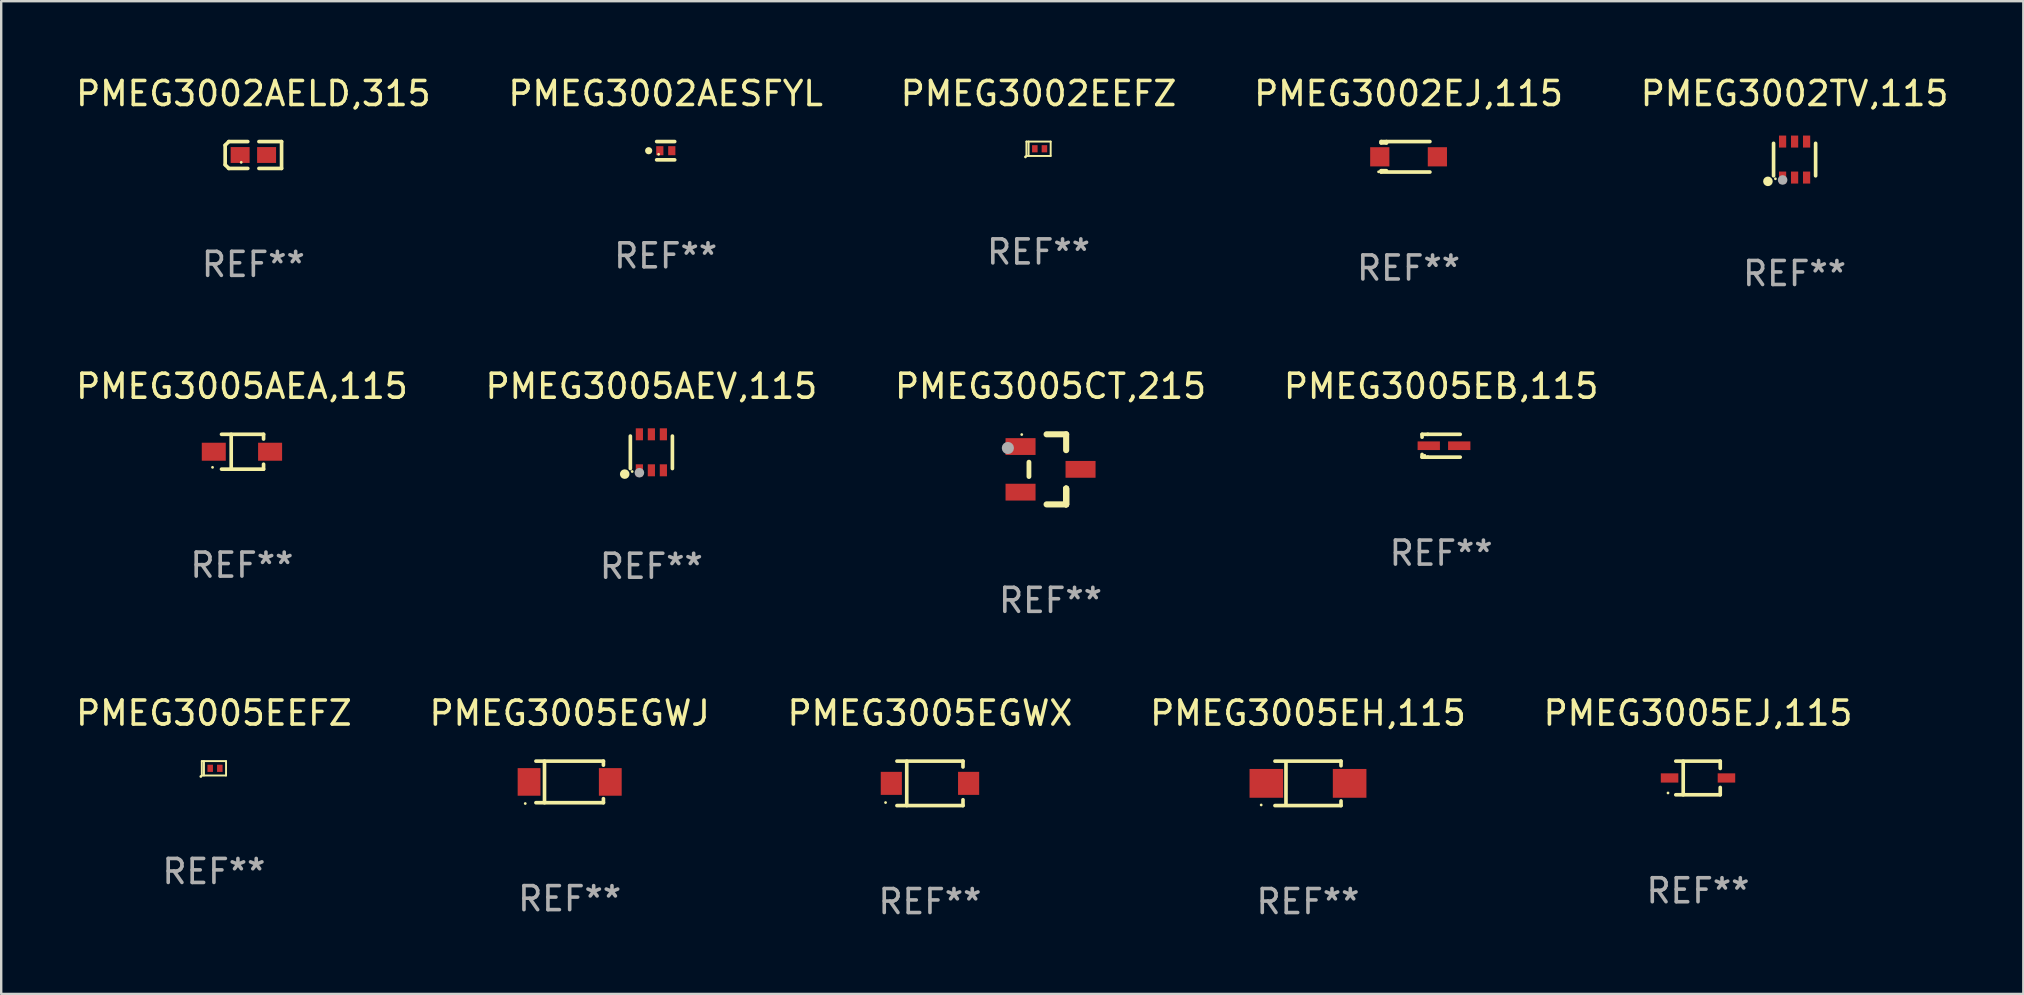
<source format=kicad_pcb>
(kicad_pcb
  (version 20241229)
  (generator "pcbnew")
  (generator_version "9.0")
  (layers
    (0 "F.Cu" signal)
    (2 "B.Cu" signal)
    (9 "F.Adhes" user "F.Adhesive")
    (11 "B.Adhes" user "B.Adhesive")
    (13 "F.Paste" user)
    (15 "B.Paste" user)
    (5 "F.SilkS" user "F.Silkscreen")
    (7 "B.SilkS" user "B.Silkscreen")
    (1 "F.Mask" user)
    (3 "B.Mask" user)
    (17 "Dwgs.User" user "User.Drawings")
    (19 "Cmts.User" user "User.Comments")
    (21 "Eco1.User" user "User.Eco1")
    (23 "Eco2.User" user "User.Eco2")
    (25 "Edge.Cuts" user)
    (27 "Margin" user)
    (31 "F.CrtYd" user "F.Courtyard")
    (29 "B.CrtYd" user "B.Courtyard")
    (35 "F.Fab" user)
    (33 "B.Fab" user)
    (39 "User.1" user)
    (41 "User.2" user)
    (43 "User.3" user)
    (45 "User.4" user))
  (footprint "PMEG3002EJ,115"
    (layer "F.Cu")
    (at 55.637 3.483)
    (property "Reference" "PMEG3002EJ,115" (at 0 -2.635 0) (layer "F.SilkS") (effects (font (size 1 1) (thickness 0.15))))
    (attr through_hole)
    (fp_line (start -1.143 -0.635) (end -1.143 -0.58) (stroke (width 0.152) (type solid)) (layer "F.SilkS"))
    (fp_line (start -1.143 -0.58) (end -0.922 -0.58) (stroke (width 0.152) (type solid)) (layer "F.SilkS"))
    (fp_line (start -1.143 0.58) (end -1.143 0.635) (stroke (width 0.152) (type solid)) (layer "F.SilkS"))
    (fp_line (start -1.143 0.58) (end -0.922 0.58) (stroke (width 0.152) (type solid)) (layer "F.SilkS"))
    (fp_line (start -1.143 0.635) (end 0.889 0.635) (stroke (width 0.152) (type solid)) (layer "F.SilkS"))
    (fp_line (start -0.922 -0.58) (end -0.922 -0.635) (stroke (width 0.152) (type solid)) (layer "F.SilkS"))
    (fp_line (start 0.889 -0.635) (end -1.143 -0.635) (stroke (width 0.152) (type solid)) (layer "F.SilkS"))
    (fp_circle (center -1.25 0.625) (end -1.22 0.625) (stroke (width 0.06) (type solid)) (fill no) (layer "F.SilkS"))
    (fp_text user "REF**" (at 0 4.635 0) (layer "F.Fab") (effects (font (size 1 1) (thickness 0.15))))
    (pad "1" smd rect (at -1.2 0) (size 0.8 0.8) (layers "F.Cu" "F.Mask" "F.Paste"))
    (pad "2" smd rect (at 1.2 0) (size 0.8 0.8) (layers "F.Cu" "F.Mask" "F.Paste")))
  (footprint "PMEG3005EEFZ"
    (layer "F.Cu")
    (at 5.863 28.961)
    (property "Reference" "PMEG3005EEFZ" (at 0 -2.3 0) (layer "F.SilkS") (effects (font (size 1 1) (thickness 0.15))))
    (attr through_hole)
    (fp_line (start -0.505 -0.3) (end -0.505 0.3) (stroke (width 0.08) (type solid)) (layer "F.SilkS"))
    (fp_line (start -0.505 -0.3) (end 0.505 -0.3) (stroke (width 0.08) (type solid)) (layer "F.SilkS"))
    (fp_line (start -0.505 0.3) (end 0.505 0.3) (stroke (width 0.08) (type solid)) (layer "F.SilkS"))
    (fp_line (start -0.415 -0.3) (end -0.415 0.3) (stroke (width 0.08) (type solid)) (layer "F.SilkS"))
    (fp_line (start 0.505 -0.3) (end 0.505 0.3) (stroke (width 0.08) (type solid)) (layer "F.SilkS"))
    (fp_circle (center -0.545 0.34) (end -0.515 0.34) (stroke (width 0.06) (type solid)) (fill no) (layer "F.SilkS"))
    (fp_text user "REF**" (at 0 4.3 0) (layer "F.Fab") (effects (font (size 1 1) (thickness 0.15))))
    (pad "1" smd rect (at -0.155 0 180) (size 0.23 0.3) (layers "F.Cu" "F.Mask" "F.Paste"))
    (pad "2" smd rect (at 0.245 0 180) (size 0.23 0.3) (layers "F.Cu" "F.Mask" "F.Paste")))
  (footprint "PMEG3005EJ,115"
    (layer "F.Cu")
    (at 67.696 29.363)
    (property "Reference" "PMEG3005EJ,115" (at 0 -2.701 0) (layer "F.SilkS") (effects (font (size 1 1) (thickness 0.15))))
    (attr through_hole)
    (fp_line (start -0.926 -0.701) (end 0.926 -0.701) (stroke (width 0.152) (type solid)) (layer "F.SilkS"))
    (fp_line (start -0.926 0.701) (end 0.926 0.701) (stroke (width 0.152) (type solid)) (layer "F.SilkS"))
    (fp_line (start -0.617 -0.701) (end -0.617 0.701) (stroke (width 0.152) (type solid)) (layer "F.SilkS"))
    (fp_line (start 0.926 -0.701) (end 0.926 -0.396) (stroke (width 0.152) (type solid)) (layer "F.SilkS"))
    (fp_line (start 0.926 0.701) (end 0.926 0.396) (stroke (width 0.152) (type solid)) (layer "F.SilkS"))
    (fp_circle (center -1.25 0.625) (end -1.22 0.625) (stroke (width 0.06) (type solid)) (fill no) (layer "F.SilkS"))
    (fp_text user "REF**" (at 0 4.701 0) (layer "F.Fab") (effects (font (size 1 1) (thickness 0.15))))
    (pad "1" smd rect (at -1.185 0 180) (size 0.73 0.385) (layers "F.Cu" "F.Mask" "F.Paste"))
    (pad "2" smd rect (at 1.185 0 180) (size 0.73 0.385) (layers "F.Cu" "F.Mask" "F.Paste")))
  (footprint "PMEG3002EEFZ"
    (layer "F.Cu")
    (at 40.22 3.148)
    (property "Reference" "PMEG3002EEFZ" (at 0 -2.3 0) (layer "F.SilkS") (effects (font (size 1 1) (thickness 0.15))))
    (attr through_hole)
    (fp_line (start -0.505 -0.3) (end -0.505 0.3) (stroke (width 0.08) (type solid)) (layer "F.SilkS"))
    (fp_line (start -0.505 -0.3) (end 0.505 -0.3) (stroke (width 0.08) (type solid)) (layer "F.SilkS"))
    (fp_line (start -0.505 0.3) (end 0.505 0.3) (stroke (width 0.08) (type solid)) (layer "F.SilkS"))
    (fp_line (start -0.415 -0.3) (end -0.415 0.3) (stroke (width 0.08) (type solid)) (layer "F.SilkS"))
    (fp_line (start 0.505 -0.3) (end 0.505 0.3) (stroke (width 0.08) (type solid)) (layer "F.SilkS"))
    (fp_circle (center -0.545 0.34) (end -0.515 0.34) (stroke (width 0.06) (type solid)) (fill no) (layer "F.SilkS"))
    (fp_text user "REF**" (at 0 4.3 0) (layer "F.Fab") (effects (font (size 1 1) (thickness 0.15))))
    (pad "1" smd rect (at -0.155 0 180) (size 0.23 0.3) (layers "F.Cu" "F.Mask" "F.Paste"))
    (pad "2" smd rect (at 0.245 0 180) (size 0.23 0.3) (layers "F.Cu" "F.Mask" "F.Paste")))
  (footprint "PMEG3002AESFYL"
    (layer "F.Cu")
    (at 24.685 3.229)
    (property "Reference" "PMEG3002AESFYL" (at 0 -2.381 0) (layer "F.SilkS") (effects (font (size 1 1) (thickness 0.15))))
    (attr through_hole)
    (fp_line (start -0.376 -0.381) (end 0.376 -0.381) (stroke (width 0.152) (type solid)) (layer "F.SilkS"))
    (fp_line (start -0.376 0.381) (end 0.376 0.381) (stroke (width 0.152) (type solid)) (layer "F.SilkS"))
    (fp_circle (center -0.709 0) (end -0.634 0) (stroke (width 0.15) (type solid)) (fill no) (layer "F.SilkS"))
    (fp_circle (center -0.295 0.15) (end -0.265 0.15) (stroke (width 0.06) (type solid)) (fill no) (layer "F.SilkS"))
    (fp_text user "REF**" (at 0 4.381 0) (layer "F.Fab") (effects (font (size 1 1) (thickness 0.15))))
    (pad "1" smd rect (at -0.245 0) (size 0.3 0.378) (layers "F.Cu" "F.Mask" "F.Paste"))
    (pad "2" smd rect (at 0.254 0) (size 0.3 0.378) (layers "F.Cu" "F.Mask" "F.Paste")))
  (footprint "PMEG3005CT,215"
    (layer "F.Cu")
    (at 40.72 16.505)
    (property "Reference" "PMEG3005CT,215" (at 0 -3.46 0) (layer "F.SilkS") (effects (font (size 1 1) (thickness 0.15))))
    (attr through_hole)
    (fp_line (start -0.9 -0.3) (end -0.9 0.3) (stroke (width 0.2) (type solid)) (layer "F.SilkS"))
    (fp_line (start -0.165 -1.46) (end 0.65 -1.46) (stroke (width 0.254) (type solid)) (layer "F.SilkS"))
    (fp_line (start 0.65 -1.46) (end 0.65 -0.8) (stroke (width 0.254) (type solid)) (layer "F.SilkS"))
    (fp_line (start 0.65 0.8) (end 0.65 1.46) (stroke (width 0.254) (type solid)) (layer "F.SilkS"))
    (fp_line (start 0.65 0.8) (end 0.65 1.46) (stroke (width 0.254) (type solid)) (layer "F.SilkS"))
    (fp_line (start 0.65 1.46) (end -0.165 1.46) (stroke (width 0.254) (type solid)) (layer "F.SilkS"))
    (fp_line (start 0.65 1.46) (end 0.65 0.8) (stroke (width 0.254) (type solid)) (layer "F.SilkS"))
    (fp_circle (center -1.2 -1.45) (end -1.17 -1.45) (stroke (width 0.06) (type solid)) (fill no) (layer "F.SilkS"))
    (fp_circle (center -1.778 -0.889) (end -1.651 -0.889) (stroke (width 0.254) (type solid)) (fill no) (layer "F.Fab"))
    (fp_text user "REF**" (at 0 5.46 0) (layer "F.Fab") (effects (font (size 1 1) (thickness 0.15))))
    (pad "1" smd rect (at -1.25 -0.95 90) (size 0.7 1.25) (layers "F.Cu" "F.Mask" "F.Paste"))
    (pad "2" smd rect (at -1.25 0.95 90) (size 0.7 1.25) (layers "F.Cu" "F.Mask" "F.Paste"))
    (pad "3" smd rect (at 1.25 -0.000051 90) (size 0.7 1.25) (layers "F.Cu" "F.Mask" "F.Paste")))
  (footprint "PMEG3005AEV,115"
    (layer "F.Cu")
    (at 24.089 15.795)
    (property "Reference" "PMEG3005AEV,115" (at 0 -2.75 0) (layer "F.SilkS") (effects (font (size 1 1) (thickness 0.15))))
    (attr through_hole)
    (fp_line (start -0.876 0.676) (end -0.876 -0.676) (stroke (width 0.152) (type solid)) (layer "F.SilkS"))
    (fp_line (start 0.876 0.676) (end 0.876 -0.676) (stroke (width 0.152) (type solid)) (layer "F.SilkS"))
    (fp_circle (center -1.111 0.908) (end -1.011 0.908) (stroke (width 0.2) (type solid)) (fill no) (layer "F.SilkS"))
    (fp_circle (center -0.8 0.8) (end -0.77 0.8) (stroke (width 0.06) (type solid)) (fill no) (layer "F.SilkS"))
    (fp_circle (center -0.499 0.85) (end -0.399 0.85) (stroke (width 0.2) (type solid)) (fill no) (layer "F.Fab"))
    (fp_text user "REF**" (at 0 4.75 0) (layer "F.Fab") (effects (font (size 1 1) (thickness 0.15))))
    (pad "1" smd rect (at -0.5 0.75) (size 0.3 0.5) (layers "F.Cu" "F.Mask" "F.Paste"))
    (pad "2" smd rect (at 0 0.75) (size 0.3 0.5) (layers "F.Cu" "F.Mask" "F.Paste"))
    (pad "3" smd rect (at 0.5 0.75) (size 0.3 0.5) (layers "F.Cu" "F.Mask" "F.Paste"))
    (pad "4" smd rect (at 0.5 -0.75) (size 0.3 0.5) (layers "F.Cu" "F.Mask" "F.Paste"))
    (pad "5" smd rect (at 0 -0.75) (size 0.3 0.5) (layers "F.Cu" "F.Mask" "F.Paste"))
    (pad "6" smd rect (at -0.5 -0.75) (size 0.3 0.5) (layers "F.Cu" "F.Mask" "F.Paste")))
  (footprint "PMEG3002AELD,315"
    (layer "F.Cu")
    (at 7.506 3.408)
    (property "Reference" "PMEG3002AELD,315" (at 0 -2.559 0) (layer "F.SilkS") (effects (font (size 1 1) (thickness 0.15))))
    (attr through_hole)
    (fp_line (start -1.175 -0.407) (end -1.023 -0.559) (stroke (width 0.152) (type solid)) (layer "F.SilkS"))
    (fp_line (start -1.175 0.407) (end -1.175 -0.407) (stroke (width 0.152) (type solid)) (layer "F.SilkS"))
    (fp_line (start -1.023 -0.559) (end -0.232 -0.559) (stroke (width 0.152) (type solid)) (layer "F.SilkS"))
    (fp_line (start -1.023 0.559) (end -1.175 0.407) (stroke (width 0.152) (type solid)) (layer "F.SilkS"))
    (fp_line (start -0.232 0.559) (end -1.023 0.559) (stroke (width 0.152) (type solid)) (layer "F.SilkS"))
    (fp_line (start 0.232 0.559) (end 1.175 0.559) (stroke (width 0.152) (type solid)) (layer "F.SilkS"))
    (fp_line (start 1.175 -0.559) (end 0.232 -0.559) (stroke (width 0.152) (type solid)) (layer "F.SilkS"))
    (fp_line (start 1.175 0.559) (end 1.175 -0.559) (stroke (width 0.152) (type solid)) (layer "F.SilkS"))
    (fp_circle (center -0.506 0.306) (end -0.476 0.306) (stroke (width 0.06) (type solid)) (fill no) (layer "F.SilkS"))
    (fp_text user "REF**" (at 0 4.559 0) (layer "F.Fab") (effects (font (size 1 1) (thickness 0.15))))
    (pad "1" smd rect (at -0.551 0) (size 0.79 0.661) (layers "F.Cu" "F.Mask" "F.Paste"))
    (pad "2" smd rect (at 0.551 0) (size 0.79 0.661) (layers "F.Cu" "F.Mask" "F.Paste")))
  (footprint "PMEG3002TV,115"
    (layer "F.Cu")
    (at 71.72 3.598)
    (property "Reference" "PMEG3002TV,115" (at 0 -2.75 0) (layer "F.SilkS") (effects (font (size 1 1) (thickness 0.15))))
    (attr through_hole)
    (fp_line (start -0.876 0.676) (end -0.876 -0.676) (stroke (width 0.152) (type solid)) (layer "F.SilkS"))
    (fp_line (start 0.876 0.676) (end 0.876 -0.676) (stroke (width 0.152) (type solid)) (layer "F.SilkS"))
    (fp_circle (center -1.111 0.908) (end -1.011 0.908) (stroke (width 0.2) (type solid)) (fill no) (layer "F.SilkS"))
    (fp_circle (center -0.8 0.8) (end -0.77 0.8) (stroke (width 0.06) (type solid)) (fill no) (layer "F.SilkS"))
    (fp_circle (center -0.499 0.85) (end -0.399 0.85) (stroke (width 0.2) (type solid)) (fill no) (layer "F.Fab"))
    (fp_text user "REF**" (at 0 4.75 0) (layer "F.Fab") (effects (font (size 1 1) (thickness 0.15))))
    (pad "1" smd rect (at -0.5 0.75) (size 0.3 0.5) (layers "F.Cu" "F.Mask" "F.Paste"))
    (pad "2" smd rect (at 0 0.75) (size 0.3 0.5) (layers "F.Cu" "F.Mask" "F.Paste"))
    (pad "3" smd rect (at 0.5 0.75) (size 0.3 0.5) (layers "F.Cu" "F.Mask" "F.Paste"))
    (pad "4" smd rect (at 0.5 -0.75) (size 0.3 0.5) (layers "F.Cu" "F.Mask" "F.Paste"))
    (pad "5" smd rect (at 0 -0.75) (size 0.3 0.5) (layers "F.Cu" "F.Mask" "F.Paste"))
    (pad "6" smd rect (at -0.5 -0.75) (size 0.3 0.5) (layers "F.Cu" "F.Mask" "F.Paste")))
  (footprint "PMEG3005EB,115"
    (layer "F.Cu")
    (at 56.994 15.521)
    (property "Reference" "PMEG3005EB,115" (at 0 -2.476 0) (layer "F.SilkS") (effects (font (size 1 1) (thickness 0.15))))
    (attr through_hole)
    (fp_line (start -0.795 -0.476) (end -0.795 -0.356) (stroke (width 0.152) (type solid)) (layer "F.SilkS"))
    (fp_line (start -0.795 0.363) (end -0.795 0.476) (stroke (width 0.152) (type solid)) (layer "F.SilkS"))
    (fp_line (start -0.795 0.476) (end -0.557 0.476) (stroke (width 0.152) (type solid)) (layer "F.SilkS"))
    (fp_line (start -0.557 -0.476) (end -0.795 -0.476) (stroke (width 0.152) (type solid)) (layer "F.SilkS"))
    (fp_line (start -0.557 -0.476) (end 0.795 -0.476) (stroke (width 0.152) (type solid)) (layer "F.SilkS"))
    (fp_line (start -0.557 0.476) (end 0.795 0.476) (stroke (width 0.152) (type solid)) (layer "F.SilkS"))
    (fp_circle (center -0.681 0.4) (end -0.651 0.4) (stroke (width 0.06) (type solid)) (fill no) (layer "F.SilkS"))
    (fp_text user "REF**" (at 0 4.476 0) (layer "F.Fab") (effects (font (size 1 1) (thickness 0.15))))
    (pad "1" smd rect (at -0.516 0 180) (size 0.93 0.36) (layers "F.Cu" "F.Mask" "F.Paste"))
    (pad "2" smd rect (at 0.754 0 180) (size 0.93 0.36) (layers "F.Cu" "F.Mask" "F.Paste")))
  (footprint "PMEG3005EGWX"
    (layer "F.Cu")
    (at 35.696 29.588)
    (property "Reference" "PMEG3005EGWX" (at 0 -2.926 0) (layer "F.SilkS") (effects (font (size 1 1) (thickness 0.15))))
    (attr through_hole)
    (fp_line (start -1.376 -0.926) (end 1.376 -0.926) (stroke (width 0.152) (type solid)) (layer "F.SilkS"))
    (fp_line (start -1.376 0.926) (end 1.376 0.926) (stroke (width 0.152) (type solid)) (layer "F.SilkS"))
    (fp_line (start -0.967 -0.926) (end -0.967 0.926) (stroke (width 0.152) (type solid)) (layer "F.SilkS"))
    (fp_line (start 1.376 -0.926) (end 1.376 -0.683) (stroke (width 0.152) (type solid)) (layer "F.SilkS"))
    (fp_line (start 1.376 0.926) (end 1.376 0.683) (stroke (width 0.152) (type solid)) (layer "F.SilkS"))
    (fp_circle (center -1.85 0.8) (end -1.82 0.8) (stroke (width 0.06) (type solid)) (fill no) (layer "F.SilkS"))
    (fp_text user "REF**" (at 0 4.926 0) (layer "F.Fab") (effects (font (size 1 1) (thickness 0.15))))
    (pad "1" smd rect (at -1.61 0) (size 0.88 0.96) (layers "F.Cu" "F.Mask" "F.Paste"))
    (pad "2" smd rect (at 1.61 0) (size 0.88 0.96) (layers "F.Cu" "F.Mask" "F.Paste")))
  (footprint "PMEG3005AEA,115"
    (layer "F.Cu")
    (at 7.03 15.771)
    (property "Reference" "PMEG3005AEA,115" (at 0 -2.726 0) (layer "F.SilkS") (effects (font (size 1 1) (thickness 0.15))))
    (attr through_hole)
    (fp_line (start -0.851 -0.726) (end 0.901 -0.726) (stroke (width 0.152) (type solid)) (layer "F.SilkS"))
    (fp_line (start -0.851 0.726) (end 0.901 0.726) (stroke (width 0.152) (type solid)) (layer "F.SilkS"))
    (fp_line (start -0.447 -0.726) (end -0.447 0.726) (stroke (width 0.152) (type solid)) (layer "F.SilkS"))
    (fp_line (start 0.901 -0.726) (end 0.901 -0.53) (stroke (width 0.152) (type solid)) (layer "F.SilkS"))
    (fp_line (start 0.901 0.726) (end 0.901 0.52) (stroke (width 0.152) (type solid)) (layer "F.SilkS"))
    (fp_circle (center -1.225 0.65) (end -1.195 0.65) (stroke (width 0.06) (type solid)) (fill no) (layer "F.SilkS"))
    (fp_text user "REF**" (at 0 4.726 0) (layer "F.Fab") (effects (font (size 1 1) (thickness 0.15))))
    (pad "1" smd rect (at -1.173 0) (size 1 0.75) (layers "F.Cu" "F.Mask" "F.Paste"))
    (pad "2" smd rect (at 1.173 0) (size 1 0.75) (layers "F.Cu" "F.Mask" "F.Paste")))
  (footprint "PMEG3005EGWJ"
    (layer "F.Cu")
    (at 20.685 29.528)
    (property "Reference" "PMEG3005EGWJ" (at 0 -2.866 0) (layer "F.SilkS") (effects (font (size 1 1) (thickness 0.15))))
    (attr through_hole)
    (fp_line (start -1.406 -0.866) (end 1.406 -0.866) (stroke (width 0.152) (type solid)) (layer "F.SilkS"))
    (fp_line (start -1.406 0.866) (end 1.406 0.866) (stroke (width 0.152) (type solid)) (layer "F.SilkS"))
    (fp_line (start -1.049 -0.866) (end -1.049 0.866) (stroke (width 0.152) (type solid)) (layer "F.SilkS"))
    (fp_line (start 1.406 -0.866) (end 1.406 -0.698) (stroke (width 0.152) (type solid)) (layer "F.SilkS"))
    (fp_line (start 1.406 0.866) (end 1.406 0.698) (stroke (width 0.152) (type solid)) (layer "F.SilkS"))
    (fp_circle (center -1.851 0.9) (end -1.821 0.9) (stroke (width 0.06) (type solid)) (fill no) (layer "F.SilkS"))
    (fp_text user "REF**" (at 0 4.866 0) (layer "F.Fab") (effects (font (size 1 1) (thickness 0.15))))
    (pad "1" smd rect (at -1.692 0) (size 0.95 1.15) (layers "F.Cu" "F.Mask" "F.Paste"))
    (pad "2" smd rect (at 1.692 0) (size 0.95 1.15) (layers "F.Cu" "F.Mask" "F.Paste")))
  (footprint "PMEG3005EH,115"
    (layer "F.Cu")
    (at 51.446 29.588)
    (property "Reference" "PMEG3005EH,115" (at 0 -2.926 0) (layer "F.SilkS") (effects (font (size 1 1) (thickness 0.15))))
    (attr through_hole)
    (fp_line (start -1.376 -0.926) (end 1.376 -0.926) (stroke (width 0.152) (type solid)) (layer "F.SilkS"))
    (fp_line (start -1.376 0.926) (end 1.376 0.926) (stroke (width 0.152) (type solid)) (layer "F.SilkS"))
    (fp_line (start -0.917 -0.876) (end -0.917 0.876) (stroke (width 0.152) (type solid)) (layer "F.SilkS"))
    (fp_line (start 1.376 -0.926) (end 1.376 -0.733) (stroke (width 0.152) (type solid)) (layer "F.SilkS"))
    (fp_line (start 1.376 0.926) (end 1.376 0.733) (stroke (width 0.152) (type solid)) (layer "F.SilkS"))
    (fp_circle (center -1.95 0.9) (end -1.92 0.9) (stroke (width 0.06) (type solid)) (fill no) (layer "F.SilkS"))
    (fp_text user "REF**" (at 0 4.926 0) (layer "F.Fab") (effects (font (size 1 1) (thickness 0.15))))
    (pad "1" smd rect (at -1.735 0) (size 1.4 1.2) (layers "F.Cu" "F.Mask" "F.Paste"))
    (pad "2" smd rect (at 1.735 0) (size 1.4 1.2) (layers "F.Cu" "F.Mask" "F.Paste")))
  (gr_rect
    (start -3 -3)
    (end 81.25 38.362)
    (stroke (width 0.1) (type default))
    (fill no)
    (layer "Edge.Cuts")))
</source>
